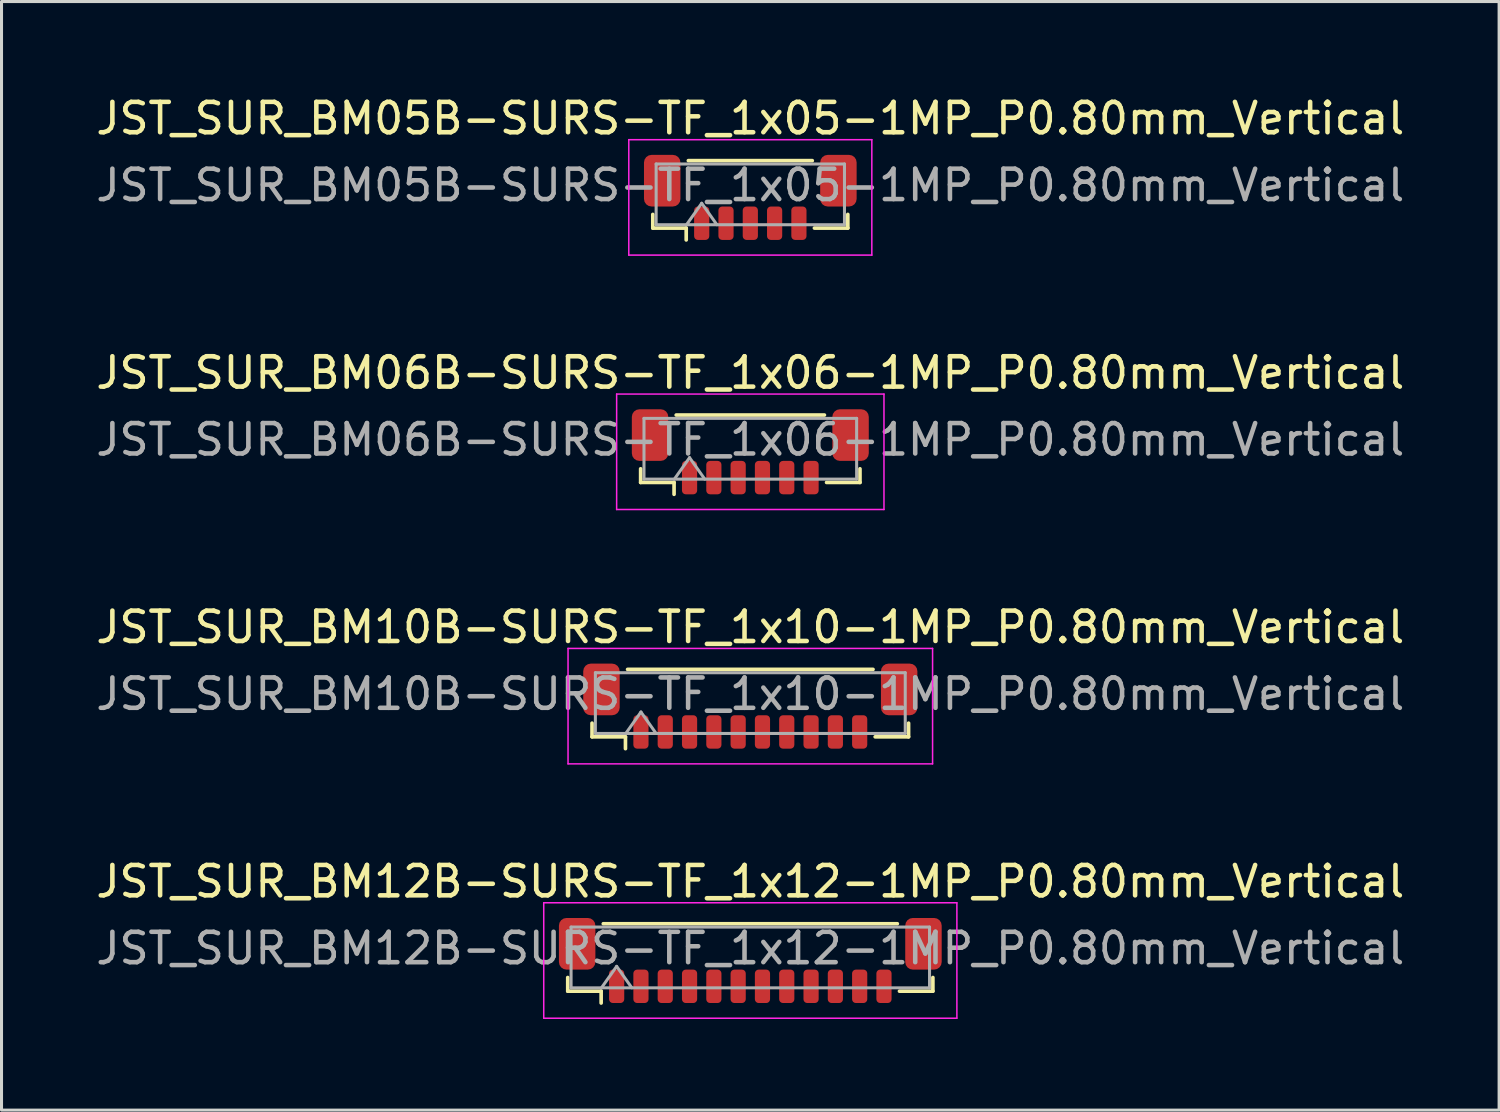
<source format=kicad_pcb>
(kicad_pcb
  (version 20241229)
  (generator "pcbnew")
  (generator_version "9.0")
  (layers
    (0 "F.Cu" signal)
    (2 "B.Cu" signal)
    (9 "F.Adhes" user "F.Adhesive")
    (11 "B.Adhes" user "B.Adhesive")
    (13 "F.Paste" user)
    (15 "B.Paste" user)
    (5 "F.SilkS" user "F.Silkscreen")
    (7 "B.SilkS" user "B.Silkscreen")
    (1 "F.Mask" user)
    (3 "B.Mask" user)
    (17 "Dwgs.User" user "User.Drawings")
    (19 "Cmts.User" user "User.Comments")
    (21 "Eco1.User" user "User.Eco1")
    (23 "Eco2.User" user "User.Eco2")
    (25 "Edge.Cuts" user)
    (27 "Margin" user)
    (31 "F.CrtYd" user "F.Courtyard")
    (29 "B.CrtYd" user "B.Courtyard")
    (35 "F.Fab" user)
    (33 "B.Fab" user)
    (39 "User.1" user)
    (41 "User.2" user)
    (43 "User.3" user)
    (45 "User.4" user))
  (footprint "JST_SUR_BM10B-SURS-TF_1x10-1MP_P0.80mm_Vertical"
    (layer "F.Cu")
    (at 21.649 20.195)
    (property "Reference" "JST_SUR_BM10B-SURS-TF_1x10-1MP_P0.80mm_Vertical" (at 0 -2.6 0) (layer "F.SilkS") (effects (font (size 1 1) (thickness 0.15))))
    (attr smd)
    (fp_line (start -5.21 0.56) (end -5.21 1.01) (stroke (width 0.12) (type solid)) (layer "F.SilkS"))
    (fp_line (start -5.21 1.01) (end -4.11 1.01) (stroke (width 0.12) (type solid)) (layer "F.SilkS"))
    (fp_line (start -4.11 1.01) (end -4.11 1.4) (stroke (width 0.12) (type solid)) (layer "F.SilkS"))
    (fp_line (start -4.04 -1.21) (end 4.04 -1.21) (stroke (width 0.12) (type solid)) (layer "F.SilkS"))
    (fp_line (start 5.21 0.56) (end 5.21 1.01) (stroke (width 0.12) (type solid)) (layer "F.SilkS"))
    (fp_line (start 5.21 1.01) (end 4.11 1.01) (stroke (width 0.12) (type solid)) (layer "F.SilkS"))
    (fp_line (start -6 -1.9) (end -6 1.9) (stroke (width 0.05) (type solid)) (layer "F.CrtYd"))
    (fp_line (start -6 1.9) (end 6 1.9) (stroke (width 0.05) (type solid)) (layer "F.CrtYd"))
    (fp_line (start 6 -1.9) (end -6 -1.9) (stroke (width 0.05) (type solid)) (layer "F.CrtYd"))
    (fp_line (start 6 1.9) (end 6 -1.9) (stroke (width 0.05) (type solid)) (layer "F.CrtYd"))
    (fp_line (start -5.1 -1.1) (end 5.1 -1.1) (stroke (width 0.1) (type solid)) (layer "F.Fab"))
    (fp_line (start -5.1 0.9) (end -5.1 -1.1) (stroke (width 0.1) (type solid)) (layer "F.Fab"))
    (fp_line (start -5.1 0.9) (end 5.1 0.9) (stroke (width 0.1) (type solid)) (layer "F.Fab"))
    (fp_line (start -4.1 0.9) (end -3.6 0.193) (stroke (width 0.1) (type solid)) (layer "F.Fab"))
    (fp_line (start -3.6 0.193) (end -3.1 0.9) (stroke (width 0.1) (type solid)) (layer "F.Fab"))
    (fp_line (start 5.1 0.9) (end 5.1 -1.1) (stroke (width 0.1) (type solid)) (layer "F.Fab"))
    (fp_text user "${REFERENCE}" (at 0 -0.4 0) (layer "F.Fab") (effects (font (size 1 1) (thickness 0.15))))
    (pad "1" smd roundrect (at -3.6 0.85) (size 0.5 1.1) (layers "F.Cu" "F.Mask" "F.Paste") (roundrect_rratio 0.25))
    (pad "2" smd roundrect (at -2.8 0.85) (size 0.5 1.1) (layers "F.Cu" "F.Mask" "F.Paste") (roundrect_rratio 0.25))
    (pad "3" smd roundrect (at -2 0.85) (size 0.5 1.1) (layers "F.Cu" "F.Mask" "F.Paste") (roundrect_rratio 0.25))
    (pad "4" smd roundrect (at -1.2 0.85) (size 0.5 1.1) (layers "F.Cu" "F.Mask" "F.Paste") (roundrect_rratio 0.25))
    (pad "5" smd roundrect (at -0.4 0.85) (size 0.5 1.1) (layers "F.Cu" "F.Mask" "F.Paste") (roundrect_rratio 0.25))
    (pad "6" smd roundrect (at 0.4 0.85) (size 0.5 1.1) (layers "F.Cu" "F.Mask" "F.Paste") (roundrect_rratio 0.25))
    (pad "7" smd roundrect (at 1.2 0.85) (size 0.5 1.1) (layers "F.Cu" "F.Mask" "F.Paste") (roundrect_rratio 0.25))
    (pad "8" smd roundrect (at 2 0.85) (size 0.5 1.1) (layers "F.Cu" "F.Mask" "F.Paste") (roundrect_rratio 0.25))
    (pad "9" smd roundrect (at 2.8 0.85) (size 0.5 1.1) (layers "F.Cu" "F.Mask" "F.Paste") (roundrect_rratio 0.25))
    (pad "10" smd roundrect (at 3.6 0.85) (size 0.5 1.1) (layers "F.Cu" "F.Mask" "F.Paste") (roundrect_rratio 0.25))
    (pad "MP" smd roundrect (at -4.9 -0.55) (size 1.2 1.7) (layers "F.Cu" "F.Mask" "F.Paste") (roundrect_rratio 0.208))
    (pad "MP" smd roundrect (at 4.9 -0.55) (size 1.2 1.7) (layers "F.Cu" "F.Mask" "F.Paste") (roundrect_rratio 0.208)))
  (footprint "JST_SUR_BM05B-SURS-TF_1x05-1MP_P0.80mm_Vertical"
    (layer "F.Cu")
    (at 21.649 3.448)
    (property "Reference" "JST_SUR_BM05B-SURS-TF_1x05-1MP_P0.80mm_Vertical" (at 0 -2.6 0) (layer "F.SilkS") (effects (font (size 1 1) (thickness 0.15))))
    (attr smd)
    (fp_line (start -3.21 0.56) (end -3.21 1.01) (stroke (width 0.12) (type solid)) (layer "F.SilkS"))
    (fp_line (start -3.21 1.01) (end -2.11 1.01) (stroke (width 0.12) (type solid)) (layer "F.SilkS"))
    (fp_line (start -2.11 1.01) (end -2.11 1.4) (stroke (width 0.12) (type solid)) (layer "F.SilkS"))
    (fp_line (start -2.04 -1.21) (end 2.04 -1.21) (stroke (width 0.12) (type solid)) (layer "F.SilkS"))
    (fp_line (start 3.21 0.56) (end 3.21 1.01) (stroke (width 0.12) (type solid)) (layer "F.SilkS"))
    (fp_line (start 3.21 1.01) (end 2.11 1.01) (stroke (width 0.12) (type solid)) (layer "F.SilkS"))
    (fp_line (start -4 -1.9) (end -4 1.9) (stroke (width 0.05) (type solid)) (layer "F.CrtYd"))
    (fp_line (start -4 1.9) (end 4 1.9) (stroke (width 0.05) (type solid)) (layer "F.CrtYd"))
    (fp_line (start 4 -1.9) (end -4 -1.9) (stroke (width 0.05) (type solid)) (layer "F.CrtYd"))
    (fp_line (start 4 1.9) (end 4 -1.9) (stroke (width 0.05) (type solid)) (layer "F.CrtYd"))
    (fp_line (start -3.1 -1.1) (end 3.1 -1.1) (stroke (width 0.1) (type solid)) (layer "F.Fab"))
    (fp_line (start -3.1 0.9) (end -3.1 -1.1) (stroke (width 0.1) (type solid)) (layer "F.Fab"))
    (fp_line (start -3.1 0.9) (end 3.1 0.9) (stroke (width 0.1) (type solid)) (layer "F.Fab"))
    (fp_line (start -2.1 0.9) (end -1.6 0.193) (stroke (width 0.1) (type solid)) (layer "F.Fab"))
    (fp_line (start -1.6 0.193) (end -1.1 0.9) (stroke (width 0.1) (type solid)) (layer "F.Fab"))
    (fp_line (start 3.1 0.9) (end 3.1 -1.1) (stroke (width 0.1) (type solid)) (layer "F.Fab"))
    (fp_text user "${REFERENCE}" (at 0 -0.4 0) (layer "F.Fab") (effects (font (size 1 1) (thickness 0.15))))
    (pad "1" smd roundrect (at -1.6 0.85) (size 0.5 1.1) (layers "F.Cu" "F.Mask" "F.Paste") (roundrect_rratio 0.25))
    (pad "2" smd roundrect (at -0.8 0.85) (size 0.5 1.1) (layers "F.Cu" "F.Mask" "F.Paste") (roundrect_rratio 0.25))
    (pad "3" smd roundrect (at 0 0.85) (size 0.5 1.1) (layers "F.Cu" "F.Mask" "F.Paste") (roundrect_rratio 0.25))
    (pad "4" smd roundrect (at 0.8 0.85) (size 0.5 1.1) (layers "F.Cu" "F.Mask" "F.Paste") (roundrect_rratio 0.25))
    (pad "5" smd roundrect (at 1.6 0.85) (size 0.5 1.1) (layers "F.Cu" "F.Mask" "F.Paste") (roundrect_rratio 0.25))
    (pad "MP" smd roundrect (at -2.9 -0.55) (size 1.2 1.7) (layers "F.Cu" "F.Mask" "F.Paste") (roundrect_rratio 0.208))
    (pad "MP" smd roundrect (at 2.9 -0.55) (size 1.2 1.7) (layers "F.Cu" "F.Mask" "F.Paste") (roundrect_rratio 0.208)))
  (footprint "JST_SUR_BM06B-SURS-TF_1x06-1MP_P0.80mm_Vertical"
    (layer "F.Cu")
    (at 21.649 11.822)
    (property "Reference" "JST_SUR_BM06B-SURS-TF_1x06-1MP_P0.80mm_Vertical" (at 0 -2.6 0) (layer "F.SilkS") (effects (font (size 1 1) (thickness 0.15))))
    (attr smd)
    (fp_line (start -3.61 0.56) (end -3.61 1.01) (stroke (width 0.12) (type solid)) (layer "F.SilkS"))
    (fp_line (start -3.61 1.01) (end -2.51 1.01) (stroke (width 0.12) (type solid)) (layer "F.SilkS"))
    (fp_line (start -2.51 1.01) (end -2.51 1.4) (stroke (width 0.12) (type solid)) (layer "F.SilkS"))
    (fp_line (start -2.44 -1.21) (end 2.44 -1.21) (stroke (width 0.12) (type solid)) (layer "F.SilkS"))
    (fp_line (start 3.61 0.56) (end 3.61 1.01) (stroke (width 0.12) (type solid)) (layer "F.SilkS"))
    (fp_line (start 3.61 1.01) (end 2.51 1.01) (stroke (width 0.12) (type solid)) (layer "F.SilkS"))
    (fp_line (start -4.4 -1.9) (end -4.4 1.9) (stroke (width 0.05) (type solid)) (layer "F.CrtYd"))
    (fp_line (start -4.4 1.9) (end 4.4 1.9) (stroke (width 0.05) (type solid)) (layer "F.CrtYd"))
    (fp_line (start 4.4 -1.9) (end -4.4 -1.9) (stroke (width 0.05) (type solid)) (layer "F.CrtYd"))
    (fp_line (start 4.4 1.9) (end 4.4 -1.9) (stroke (width 0.05) (type solid)) (layer "F.CrtYd"))
    (fp_line (start -3.5 -1.1) (end 3.5 -1.1) (stroke (width 0.1) (type solid)) (layer "F.Fab"))
    (fp_line (start -3.5 0.9) (end -3.5 -1.1) (stroke (width 0.1) (type solid)) (layer "F.Fab"))
    (fp_line (start -3.5 0.9) (end 3.5 0.9) (stroke (width 0.1) (type solid)) (layer "F.Fab"))
    (fp_line (start -2.5 0.9) (end -2 0.193) (stroke (width 0.1) (type solid)) (layer "F.Fab"))
    (fp_line (start -2 0.193) (end -1.5 0.9) (stroke (width 0.1) (type solid)) (layer "F.Fab"))
    (fp_line (start 3.5 0.9) (end 3.5 -1.1) (stroke (width 0.1) (type solid)) (layer "F.Fab"))
    (fp_text user "${REFERENCE}" (at 0 -0.4 0) (layer "F.Fab") (effects (font (size 1 1) (thickness 0.15))))
    (pad "1" smd roundrect (at -2 0.85) (size 0.5 1.1) (layers "F.Cu" "F.Mask" "F.Paste") (roundrect_rratio 0.25))
    (pad "2" smd roundrect (at -1.2 0.85) (size 0.5 1.1) (layers "F.Cu" "F.Mask" "F.Paste") (roundrect_rratio 0.25))
    (pad "3" smd roundrect (at -0.4 0.85) (size 0.5 1.1) (layers "F.Cu" "F.Mask" "F.Paste") (roundrect_rratio 0.25))
    (pad "4" smd roundrect (at 0.4 0.85) (size 0.5 1.1) (layers "F.Cu" "F.Mask" "F.Paste") (roundrect_rratio 0.25))
    (pad "5" smd roundrect (at 1.2 0.85) (size 0.5 1.1) (layers "F.Cu" "F.Mask" "F.Paste") (roundrect_rratio 0.25))
    (pad "6" smd roundrect (at 2 0.85) (size 0.5 1.1) (layers "F.Cu" "F.Mask" "F.Paste") (roundrect_rratio 0.25))
    (pad "MP" smd roundrect (at -3.3 -0.55) (size 1.2 1.7) (layers "F.Cu" "F.Mask" "F.Paste") (roundrect_rratio 0.208))
    (pad "MP" smd roundrect (at 3.3 -0.55) (size 1.2 1.7) (layers "F.Cu" "F.Mask" "F.Paste") (roundrect_rratio 0.208)))
  (footprint "JST_SUR_BM12B-SURS-TF_1x12-1MP_P0.80mm_Vertical"
    (layer "F.Cu")
    (at 21.649 28.568)
    (property "Reference" "JST_SUR_BM12B-SURS-TF_1x12-1MP_P0.80mm_Vertical" (at 0 -2.6 0) (layer "F.SilkS") (effects (font (size 1 1) (thickness 0.15))))
    (attr smd)
    (fp_line (start -6.01 0.56) (end -6.01 1.01) (stroke (width 0.12) (type solid)) (layer "F.SilkS"))
    (fp_line (start -6.01 1.01) (end -4.91 1.01) (stroke (width 0.12) (type solid)) (layer "F.SilkS"))
    (fp_line (start -4.91 1.01) (end -4.91 1.4) (stroke (width 0.12) (type solid)) (layer "F.SilkS"))
    (fp_line (start -4.84 -1.21) (end 4.84 -1.21) (stroke (width 0.12) (type solid)) (layer "F.SilkS"))
    (fp_line (start 6.01 0.56) (end 6.01 1.01) (stroke (width 0.12) (type solid)) (layer "F.SilkS"))
    (fp_line (start 6.01 1.01) (end 4.91 1.01) (stroke (width 0.12) (type solid)) (layer "F.SilkS"))
    (fp_line (start -6.8 -1.9) (end -6.8 1.9) (stroke (width 0.05) (type solid)) (layer "F.CrtYd"))
    (fp_line (start -6.8 1.9) (end 6.8 1.9) (stroke (width 0.05) (type solid)) (layer "F.CrtYd"))
    (fp_line (start 6.8 -1.9) (end -6.8 -1.9) (stroke (width 0.05) (type solid)) (layer "F.CrtYd"))
    (fp_line (start 6.8 1.9) (end 6.8 -1.9) (stroke (width 0.05) (type solid)) (layer "F.CrtYd"))
    (fp_line (start -5.9 -1.1) (end 5.9 -1.1) (stroke (width 0.1) (type solid)) (layer "F.Fab"))
    (fp_line (start -5.9 0.9) (end -5.9 -1.1) (stroke (width 0.1) (type solid)) (layer "F.Fab"))
    (fp_line (start -5.9 0.9) (end 5.9 0.9) (stroke (width 0.1) (type solid)) (layer "F.Fab"))
    (fp_line (start -4.9 0.9) (end -4.4 0.193) (stroke (width 0.1) (type solid)) (layer "F.Fab"))
    (fp_line (start -4.4 0.193) (end -3.9 0.9) (stroke (width 0.1) (type solid)) (layer "F.Fab"))
    (fp_line (start 5.9 0.9) (end 5.9 -1.1) (stroke (width 0.1) (type solid)) (layer "F.Fab"))
    (fp_text user "${REFERENCE}" (at 0 -0.4 0) (layer "F.Fab") (effects (font (size 1 1) (thickness 0.15))))
    (pad "1" smd roundrect (at -4.4 0.85) (size 0.5 1.1) (layers "F.Cu" "F.Mask" "F.Paste") (roundrect_rratio 0.25))
    (pad "2" smd roundrect (at -3.6 0.85) (size 0.5 1.1) (layers "F.Cu" "F.Mask" "F.Paste") (roundrect_rratio 0.25))
    (pad "3" smd roundrect (at -2.8 0.85) (size 0.5 1.1) (layers "F.Cu" "F.Mask" "F.Paste") (roundrect_rratio 0.25))
    (pad "4" smd roundrect (at -2 0.85) (size 0.5 1.1) (layers "F.Cu" "F.Mask" "F.Paste") (roundrect_rratio 0.25))
    (pad "5" smd roundrect (at -1.2 0.85) (size 0.5 1.1) (layers "F.Cu" "F.Mask" "F.Paste") (roundrect_rratio 0.25))
    (pad "6" smd roundrect (at -0.4 0.85) (size 0.5 1.1) (layers "F.Cu" "F.Mask" "F.Paste") (roundrect_rratio 0.25))
    (pad "7" smd roundrect (at 0.4 0.85) (size 0.5 1.1) (layers "F.Cu" "F.Mask" "F.Paste") (roundrect_rratio 0.25))
    (pad "8" smd roundrect (at 1.2 0.85) (size 0.5 1.1) (layers "F.Cu" "F.Mask" "F.Paste") (roundrect_rratio 0.25))
    (pad "9" smd roundrect (at 2 0.85) (size 0.5 1.1) (layers "F.Cu" "F.Mask" "F.Paste") (roundrect_rratio 0.25))
    (pad "10" smd roundrect (at 2.8 0.85) (size 0.5 1.1) (layers "F.Cu" "F.Mask" "F.Paste") (roundrect_rratio 0.25))
    (pad "11" smd roundrect (at 3.6 0.85) (size 0.5 1.1) (layers "F.Cu" "F.Mask" "F.Paste") (roundrect_rratio 0.25))
    (pad "12" smd roundrect (at 4.4 0.85) (size 0.5 1.1) (layers "F.Cu" "F.Mask" "F.Paste") (roundrect_rratio 0.25))
    (pad "MP" smd roundrect (at -5.7 -0.55) (size 1.2 1.7) (layers "F.Cu" "F.Mask" "F.Paste") (roundrect_rratio 0.208))
    (pad "MP" smd roundrect (at 5.7 -0.55) (size 1.2 1.7) (layers "F.Cu" "F.Mask" "F.Paste") (roundrect_rratio 0.208)))
  (gr_rect
    (start -3 -3)
    (end 46.298 33.493)
    (stroke (width 0.1) (type default))
    (fill no)
    (layer "Edge.Cuts")))
</source>
